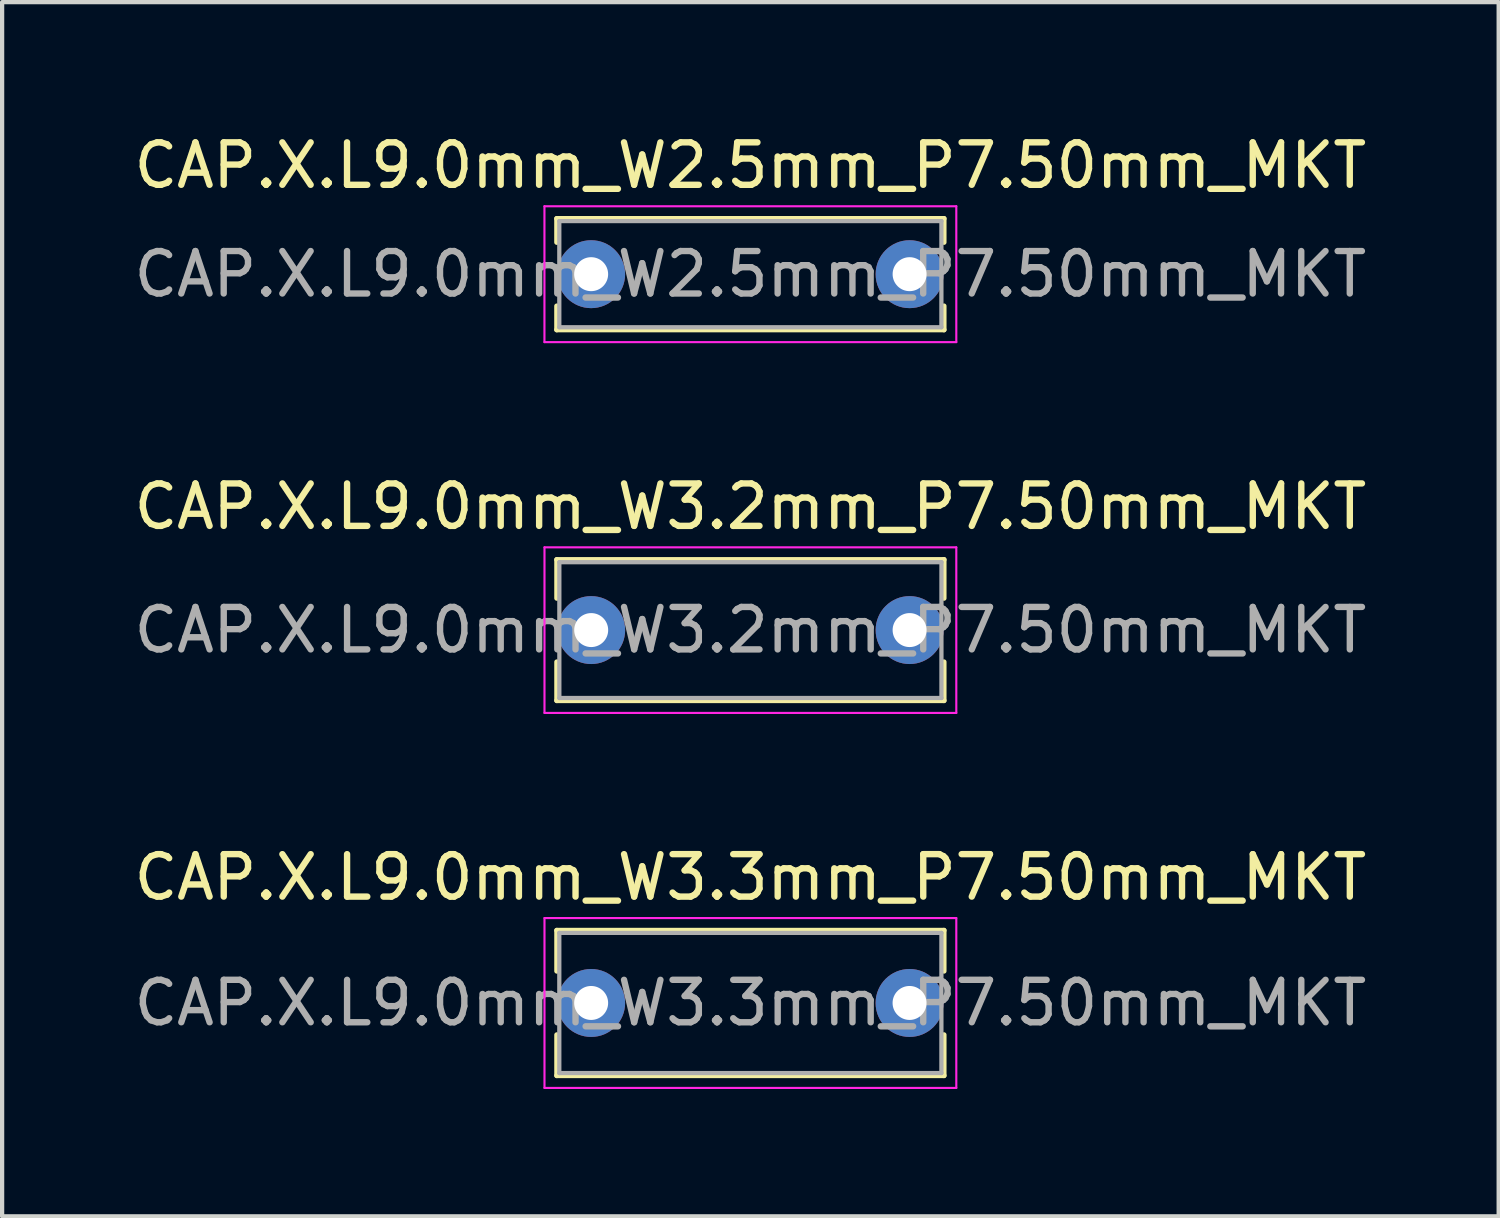
<source format=kicad_pcb>
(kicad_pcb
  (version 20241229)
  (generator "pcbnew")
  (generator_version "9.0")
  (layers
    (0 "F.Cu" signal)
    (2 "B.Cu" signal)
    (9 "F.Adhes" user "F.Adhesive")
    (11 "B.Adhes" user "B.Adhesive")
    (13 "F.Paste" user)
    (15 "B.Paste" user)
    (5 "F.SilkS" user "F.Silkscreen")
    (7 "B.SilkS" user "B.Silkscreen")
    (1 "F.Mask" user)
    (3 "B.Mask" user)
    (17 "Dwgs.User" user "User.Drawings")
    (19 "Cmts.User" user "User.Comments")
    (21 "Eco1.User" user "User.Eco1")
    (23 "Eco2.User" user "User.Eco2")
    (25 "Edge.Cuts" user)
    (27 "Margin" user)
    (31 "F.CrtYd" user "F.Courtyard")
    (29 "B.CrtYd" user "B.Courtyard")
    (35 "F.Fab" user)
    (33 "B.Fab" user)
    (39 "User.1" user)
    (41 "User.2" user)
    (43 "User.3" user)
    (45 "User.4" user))
  (footprint "CAP.X.L9.0mm_W3.2mm_P7.50mm_MKT"
    (layer "F.Cu")
    (at 14.558 11.982)
    (property "Reference" "CAP.X.L9.0mm_W3.2mm_P7.50mm_MKT" (at 0.067 -3.1 0) (layer "F.SilkS") (effects (font (size 1 1) (thickness 0.15))))
    (attr through_hole)
    (fp_line (start -4.493 -1.851) (end -4.493 -0.941) (stroke (width 0.12) (type solid)) (layer "F.SilkS"))
    (fp_line (start -4.493 -1.851) (end 4.627 -1.851) (stroke (width 0.12) (type solid)) (layer "F.SilkS"))
    (fp_line (start -4.493 0.559) (end -4.493 1.47) (stroke (width 0.12) (type solid)) (layer "F.SilkS"))
    (fp_line (start -4.493 1.47) (end 4.627 1.47) (stroke (width 0.12) (type solid)) (layer "F.SilkS"))
    (fp_line (start 4.627 -1.851) (end 4.627 -0.941) (stroke (width 0.12) (type solid)) (layer "F.SilkS"))
    (fp_line (start 4.627 0.559) (end 4.627 1.47) (stroke (width 0.12) (type solid)) (layer "F.SilkS"))
    (fp_line (start -4.783 -2.14) (end -4.783 1.76) (stroke (width 0.05) (type solid)) (layer "F.CrtYd"))
    (fp_line (start -4.783 1.76) (end 4.917 1.76) (stroke (width 0.05) (type solid)) (layer "F.CrtYd"))
    (fp_line (start 4.917 -2.14) (end -4.783 -2.14) (stroke (width 0.05) (type solid)) (layer "F.CrtYd"))
    (fp_line (start 4.917 1.76) (end 4.917 -2.14) (stroke (width 0.05) (type solid)) (layer "F.CrtYd"))
    (fp_line (start -4.433 -1.79) (end -4.433 1.409) (stroke (width 0.1) (type solid)) (layer "F.Fab"))
    (fp_line (start -4.433 1.409) (end 4.567 1.409) (stroke (width 0.1) (type solid)) (layer "F.Fab"))
    (fp_line (start 4.567 -1.79) (end -4.433 -1.79) (stroke (width 0.1) (type solid)) (layer "F.Fab"))
    (fp_line (start 4.567 1.409) (end 4.567 -1.79) (stroke (width 0.1) (type solid)) (layer "F.Fab"))
    (fp_text user "${REFERENCE}" (at 0.067 -0.191 0) (layer "F.Fab") (effects (font (size 1 1) (thickness 0.15))))
    (pad "1" thru_hole circle (at -3.683 -0.191) (size 1.6 1.6) (drill 0.8) (layers "*.Cu" "*.Mask"))
    (pad "2" thru_hole circle (at 3.817 -0.191) (size 1.6 1.6) (drill 0.8) (layers "*.Cu" "*.Mask")))
  (footprint "CAP.X.L9.0mm_W3.3mm_P7.50mm_MKT"
    (layer "F.Cu")
    (at 14.621 20.765)
    (property "Reference" "CAP.X.L9.0mm_W3.3mm_P7.50mm_MKT" (at 0.004 -3.151 0) (layer "F.SilkS") (effects (font (size 1 1) (thickness 0.15))))
    (attr through_hole)
    (fp_line (start -4.556 -1.901) (end -4.556 -0.941) (stroke (width 0.12) (type solid)) (layer "F.SilkS"))
    (fp_line (start -4.556 -1.901) (end 4.564 -1.901) (stroke (width 0.12) (type solid)) (layer "F.SilkS"))
    (fp_line (start -4.556 0.559) (end -4.556 1.52) (stroke (width 0.12) (type solid)) (layer "F.SilkS"))
    (fp_line (start -4.556 1.52) (end 4.564 1.52) (stroke (width 0.12) (type solid)) (layer "F.SilkS"))
    (fp_line (start 4.564 -1.901) (end 4.564 -0.941) (stroke (width 0.12) (type solid)) (layer "F.SilkS"))
    (fp_line (start 4.564 0.559) (end 4.564 1.52) (stroke (width 0.12) (type solid)) (layer "F.SilkS"))
    (fp_line (start -4.846 -2.191) (end -4.846 1.81) (stroke (width 0.05) (type solid)) (layer "F.CrtYd"))
    (fp_line (start -4.846 1.81) (end 4.854 1.81) (stroke (width 0.05) (type solid)) (layer "F.CrtYd"))
    (fp_line (start 4.854 -2.191) (end -4.846 -2.191) (stroke (width 0.05) (type solid)) (layer "F.CrtYd"))
    (fp_line (start 4.854 1.81) (end 4.854 -2.191) (stroke (width 0.05) (type solid)) (layer "F.CrtYd"))
    (fp_line (start -4.497 -1.841) (end -4.497 1.46) (stroke (width 0.1) (type solid)) (layer "F.Fab"))
    (fp_line (start -4.497 1.46) (end 4.503 1.46) (stroke (width 0.1) (type solid)) (layer "F.Fab"))
    (fp_line (start 4.503 -1.841) (end -4.497 -1.841) (stroke (width 0.1) (type solid)) (layer "F.Fab"))
    (fp_line (start 4.503 1.46) (end 4.503 -1.841) (stroke (width 0.1) (type solid)) (layer "F.Fab"))
    (fp_text user "${REFERENCE}" (at 0.004 -0.191 0) (layer "F.Fab") (effects (font (size 1 1) (thickness 0.15))))
    (pad "1" thru_hole circle (at -3.747 -0.191) (size 1.6 1.6) (drill 0.8) (layers "*.Cu" "*.Mask"))
    (pad "2" thru_hole circle (at 3.753 -0.191) (size 1.6 1.6) (drill 0.8) (layers "*.Cu" "*.Mask")))
  (footprint "CAP.X.L9.0mm_W2.5mm_P7.50mm_MKT"
    (layer "F.Cu")
    (at 15.002 3.535)
    (property "Reference" "CAP.X.L9.0mm_W2.5mm_P7.50mm_MKT" (at -0.378 -2.687 0) (layer "F.SilkS") (effects (font (size 1 1) (thickness 0.15))))
    (attr through_hole)
    (fp_line (start -4.938 -1.437) (end -4.938 -0.877) (stroke (width 0.12) (type solid)) (layer "F.SilkS"))
    (fp_line (start -4.938 -1.437) (end 4.183 -1.437) (stroke (width 0.12) (type solid)) (layer "F.SilkS"))
    (fp_line (start -4.938 0.623) (end -4.938 1.183) (stroke (width 0.12) (type solid)) (layer "F.SilkS"))
    (fp_line (start -4.938 1.183) (end 4.183 1.183) (stroke (width 0.12) (type solid)) (layer "F.SilkS"))
    (fp_line (start 4.183 -1.437) (end 4.183 -0.877) (stroke (width 0.12) (type solid)) (layer "F.SilkS"))
    (fp_line (start 4.183 0.623) (end 4.183 1.183) (stroke (width 0.12) (type solid)) (layer "F.SilkS"))
    (fp_line (start -5.228 -1.727) (end -5.228 1.473) (stroke (width 0.05) (type solid)) (layer "F.CrtYd"))
    (fp_line (start -5.228 1.473) (end 4.473 1.473) (stroke (width 0.05) (type solid)) (layer "F.CrtYd"))
    (fp_line (start 4.473 -1.727) (end -5.228 -1.727) (stroke (width 0.05) (type solid)) (layer "F.CrtYd"))
    (fp_line (start 4.473 1.473) (end 4.473 -1.727) (stroke (width 0.05) (type solid)) (layer "F.CrtYd"))
    (fp_line (start -4.878 -1.377) (end -4.878 1.123) (stroke (width 0.1) (type solid)) (layer "F.Fab"))
    (fp_line (start -4.878 1.123) (end 4.122 1.123) (stroke (width 0.1) (type solid)) (layer "F.Fab"))
    (fp_line (start 4.122 -1.377) (end -4.878 -1.377) (stroke (width 0.1) (type solid)) (layer "F.Fab"))
    (fp_line (start 4.122 1.123) (end 4.122 -1.377) (stroke (width 0.1) (type solid)) (layer "F.Fab"))
    (fp_text user "${REFERENCE}" (at -0.378 -0.127 0) (layer "F.Fab") (effects (font (size 1 1) (thickness 0.15))))
    (pad "1" thru_hole circle (at -4.128 -0.127) (size 1.6 1.6) (drill 0.8) (layers "*.Cu" "*.Mask"))
    (pad "2" thru_hole circle (at 3.373 -0.127) (size 1.6 1.6) (drill 0.8) (layers "*.Cu" "*.Mask")))
  (gr_rect
    (start -3 -3)
    (end 32.25 25.6)
    (stroke (width 0.1) (type default))
    (fill no)
    (layer "Edge.Cuts")))
</source>
